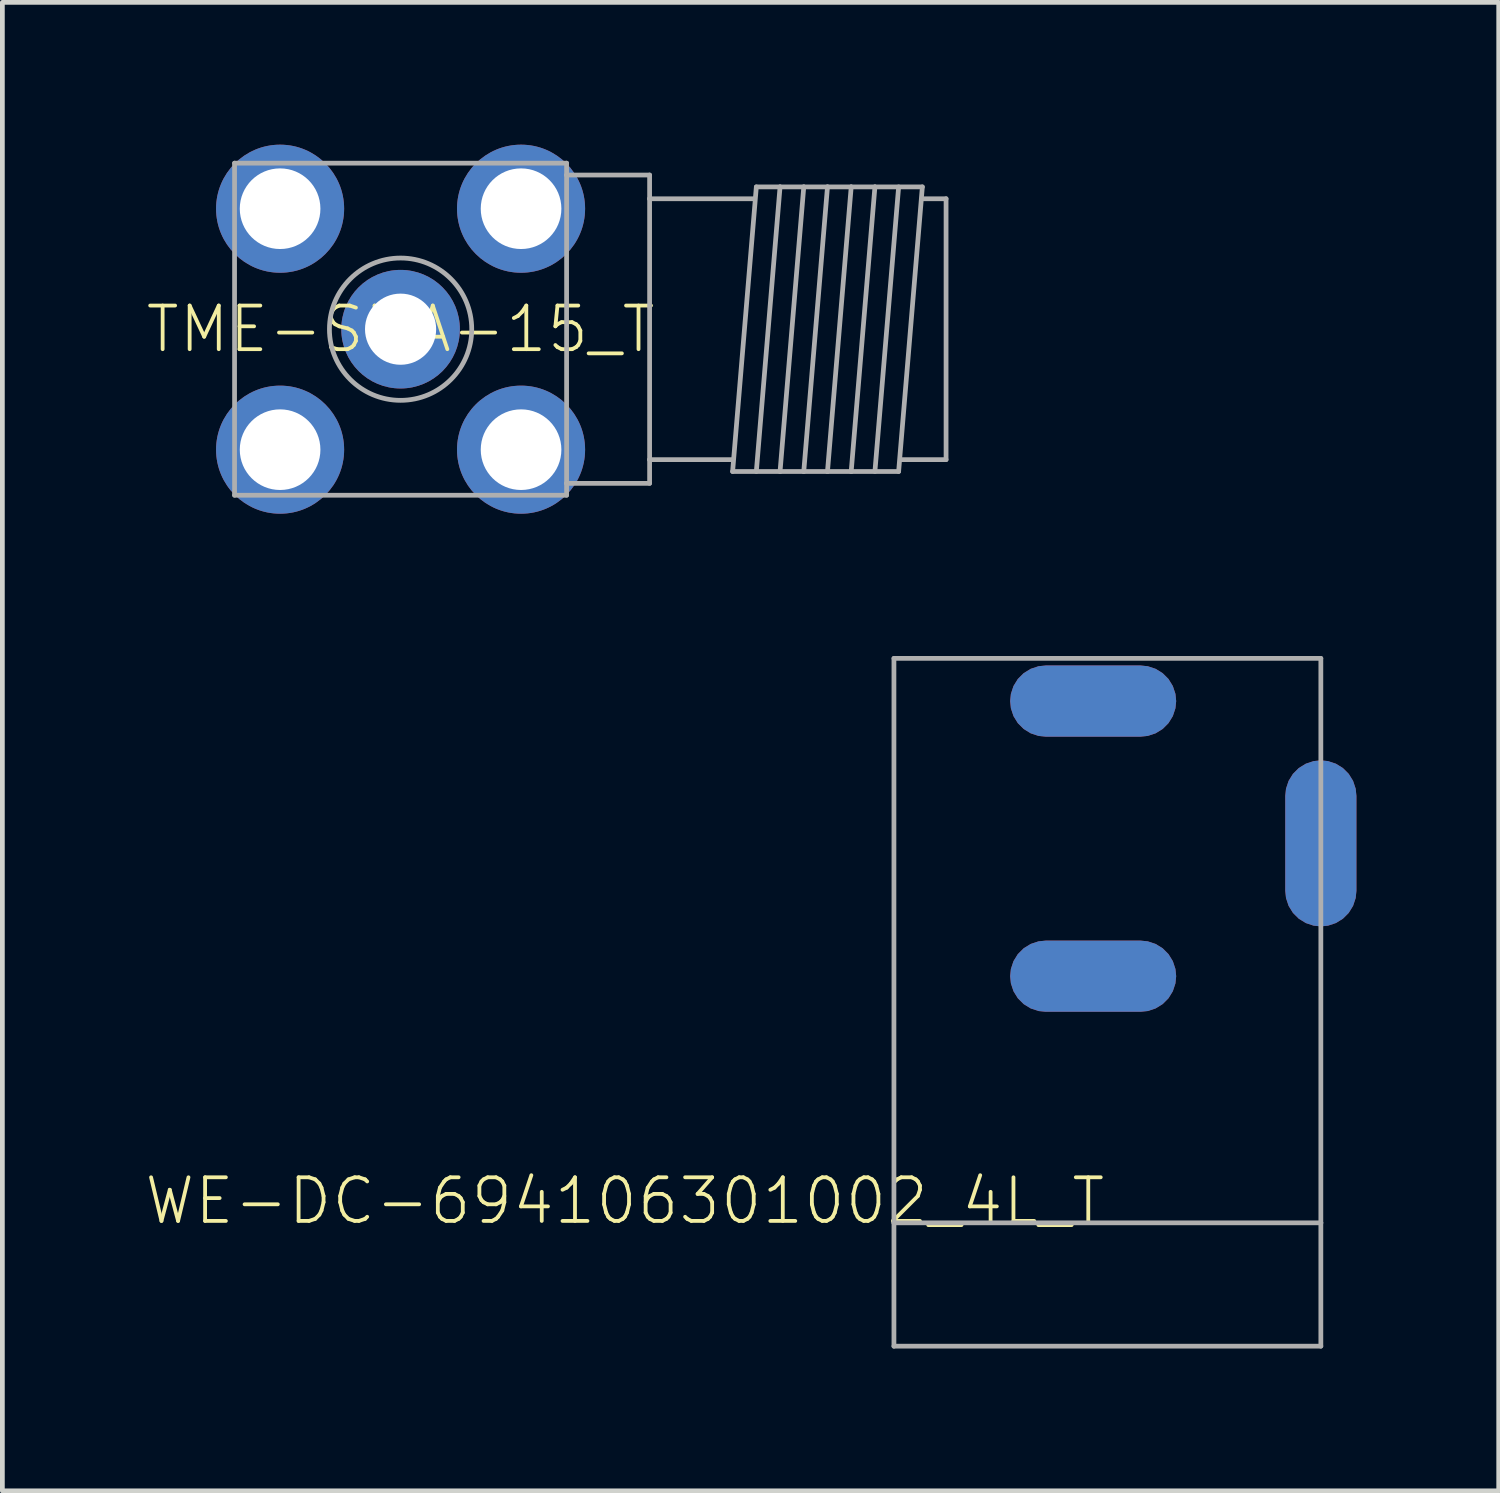
<source format=kicad_pcb>
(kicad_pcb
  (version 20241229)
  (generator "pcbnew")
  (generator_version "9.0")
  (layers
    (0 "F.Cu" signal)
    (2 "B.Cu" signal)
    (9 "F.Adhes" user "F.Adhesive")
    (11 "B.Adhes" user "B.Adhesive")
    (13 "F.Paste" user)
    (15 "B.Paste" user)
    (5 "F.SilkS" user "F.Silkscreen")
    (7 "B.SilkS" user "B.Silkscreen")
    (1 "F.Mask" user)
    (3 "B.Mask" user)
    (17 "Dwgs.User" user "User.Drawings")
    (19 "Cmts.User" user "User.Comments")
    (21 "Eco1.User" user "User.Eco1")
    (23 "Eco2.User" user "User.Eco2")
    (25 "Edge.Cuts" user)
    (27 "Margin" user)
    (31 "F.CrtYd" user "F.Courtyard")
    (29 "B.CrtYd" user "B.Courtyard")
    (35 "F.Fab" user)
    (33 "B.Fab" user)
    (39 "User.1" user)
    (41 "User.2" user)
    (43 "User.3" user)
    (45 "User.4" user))
  (footprint "TME-SMA-15_T"
    (layer "F.Cu")
    (at 5.395 3.89)
    (property "Reference" "TME-SMA-15_T" (at 0 0 0) (unlocked yes) (layer "F.SilkS") (effects (font (size 0.92 0.92) (thickness 0.08))))
    (fp_line (start -3.5 -3.5) (end -3.5 3.5) (stroke (width 0.1) (type solid)) (layer "F.Fab"))
    (fp_line (start -3.5 3.5) (end 3.5 3.5) (stroke (width 0.1) (type solid)) (layer "F.Fab"))
    (fp_line (start -3 -3) (end -3 -2) (stroke (width 0.1) (type solid)) (layer "F.Fab"))
    (fp_line (start -3 -2) (end -2 -2) (stroke (width 0.1) (type solid)) (layer "F.Fab"))
    (fp_line (start -3 2) (end -2 2) (stroke (width 0.1) (type solid)) (layer "F.Fab"))
    (fp_line (start -3 3) (end -3 2) (stroke (width 0.1) (type solid)) (layer "F.Fab"))
    (fp_line (start -2 -3) (end -3 -3) (stroke (width 0.1) (type solid)) (layer "F.Fab"))
    (fp_line (start -2 -2) (end -2 -3) (stroke (width 0.1) (type solid)) (layer "F.Fab"))
    (fp_line (start -2 2) (end -2 3) (stroke (width 0.1) (type solid)) (layer "F.Fab"))
    (fp_line (start -2 3) (end -3 3) (stroke (width 0.1) (type solid)) (layer "F.Fab"))
    (fp_line (start 2 -3) (end 2 -2) (stroke (width 0.1) (type solid)) (layer "F.Fab"))
    (fp_line (start 2 -2) (end 3 -2) (stroke (width 0.1) (type solid)) (layer "F.Fab"))
    (fp_line (start 2 2) (end 3 2) (stroke (width 0.1) (type solid)) (layer "F.Fab"))
    (fp_line (start 2 3) (end 2 2) (stroke (width 0.1) (type solid)) (layer "F.Fab"))
    (fp_line (start 3 -3) (end 2 -3) (stroke (width 0.1) (type solid)) (layer "F.Fab"))
    (fp_line (start 3 -2) (end 3 -3) (stroke (width 0.1) (type solid)) (layer "F.Fab"))
    (fp_line (start 3 2) (end 3 3) (stroke (width 0.1) (type solid)) (layer "F.Fab"))
    (fp_line (start 3 3) (end 2 3) (stroke (width 0.1) (type solid)) (layer "F.Fab"))
    (fp_line (start 3.5 -3.5) (end -3.5 -3.5) (stroke (width 0.1) (type solid)) (layer "F.Fab"))
    (fp_line (start 3.5 -3.25) (end 3.5 -3.5) (stroke (width 0.1) (type solid)) (layer "F.Fab"))
    (fp_line (start 3.5 -3.25) (end 5.25 -3.25) (stroke (width 0.1) (type solid)) (layer "F.Fab"))
    (fp_line (start 3.5 3.25) (end 3.5 -3.25) (stroke (width 0.1) (type solid)) (layer "F.Fab"))
    (fp_line (start 3.5 3.5) (end 3.5 3.25) (stroke (width 0.1) (type solid)) (layer "F.Fab"))
    (fp_line (start 5.25 -3.25) (end 5.25 -2.75) (stroke (width 0.1) (type solid)) (layer "F.Fab"))
    (fp_line (start 5.25 -2.75) (end 5.25 2.75) (stroke (width 0.1) (type solid)) (layer "F.Fab"))
    (fp_line (start 5.25 2.75) (end 5.25 3.25) (stroke (width 0.1) (type solid)) (layer "F.Fab"))
    (fp_line (start 5.25 3.25) (end 3.5 3.25) (stroke (width 0.1) (type solid)) (layer "F.Fab"))
    (fp_line (start 7 2.75) (end 5.25 2.75) (stroke (width 0.1) (type solid)) (layer "F.Fab"))
    (fp_line (start 7 3) (end 7.5 -3) (stroke (width 0.1) (type solid)) (layer "F.Fab"))
    (fp_line (start 7.45 -2.75) (end 5.25 -2.75) (stroke (width 0.1) (type solid)) (layer "F.Fab"))
    (fp_line (start 7.5 3) (end 8 -3) (stroke (width 0.1) (type solid)) (layer "F.Fab"))
    (fp_line (start 8 -3) (end 7.5 -3) (stroke (width 0.1) (type solid)) (layer "F.Fab"))
    (fp_line (start 8 -3) (end 8.5 -3) (stroke (width 0.1) (type solid)) (layer "F.Fab"))
    (fp_line (start 8 3) (end 7 3) (stroke (width 0.1) (type solid)) (layer "F.Fab"))
    (fp_line (start 8 3) (end 8.5 -3) (stroke (width 0.1) (type solid)) (layer "F.Fab"))
    (fp_line (start 8.5 -3) (end 9 -3) (stroke (width 0.1) (type solid)) (layer "F.Fab"))
    (fp_line (start 8.5 3) (end 8 3) (stroke (width 0.1) (type solid)) (layer "F.Fab"))
    (fp_line (start 8.5 3) (end 9 -3) (stroke (width 0.1) (type solid)) (layer "F.Fab"))
    (fp_line (start 9 -3) (end 9.5 -3) (stroke (width 0.1) (type solid)) (layer "F.Fab"))
    (fp_line (start 9 3) (end 8.5 3) (stroke (width 0.1) (type solid)) (layer "F.Fab"))
    (fp_line (start 9 3) (end 9.5 -3) (stroke (width 0.1) (type solid)) (layer "F.Fab"))
    (fp_line (start 9.5 -3) (end 10 -3) (stroke (width 0.1) (type solid)) (layer "F.Fab"))
    (fp_line (start 9.5 3) (end 9 3) (stroke (width 0.1) (type solid)) (layer "F.Fab"))
    (fp_line (start 9.5 3) (end 10 -3) (stroke (width 0.1) (type solid)) (layer "F.Fab"))
    (fp_line (start 9.5 3) (end 10.5 3) (stroke (width 0.1) (type solid)) (layer "F.Fab"))
    (fp_line (start 10 -3) (end 11 -3) (stroke (width 0.1) (type solid)) (layer "F.Fab"))
    (fp_line (start 10 3) (end 10.5 -3) (stroke (width 0.1) (type solid)) (layer "F.Fab"))
    (fp_line (start 10.5 3) (end 11 -3) (stroke (width 0.1) (type solid)) (layer "F.Fab"))
    (fp_line (start 10.55 2.75) (end 11.5 2.75) (stroke (width 0.1) (type solid)) (layer "F.Fab"))
    (fp_line (start 11 -2.75) (end 11.5 -2.75) (stroke (width 0.1) (type solid)) (layer "F.Fab"))
    (fp_line (start 11.5 -2.75) (end 11.5 2.75) (stroke (width 0.1) (type solid)) (layer "F.Fab"))
    (fp_circle (center 0 0) (end 1.5 0) (stroke (width 0.1) (type solid)) (fill no) (layer "F.Fab"))
    (pad "0" thru_hole circle (at 0 0) (size 2.5 2.5) (drill 1.5) (layers "*.Cu" "*.Mask"))
    (pad "1" thru_hole circle (at -2.54 -2.54) (size 2.7 2.7) (drill 1.7) (layers "*.Cu" "*.Mask"))
    (pad "2" thru_hole circle (at 2.54 -2.54) (size 2.7 2.7) (drill 1.7) (layers "*.Cu" "*.Mask"))
    (pad "3" thru_hole circle (at 2.54 2.54) (size 2.7 2.7) (drill 1.7) (layers "*.Cu" "*.Mask"))
    (pad "4" thru_hole circle (at -2.54 2.54) (size 2.7 2.7) (drill 1.7) (layers "*.Cu" "*.Mask")))
  (footprint "WE-DC-694106301002_4L_T"
    (layer "F.Cu")
    (at 24.796 14.73)
    (property "Reference" "WE-DC-694106301002_4L_T" (at -4.5 7 0) (unlocked yes) (layer "F.SilkS") (effects (font (size 0.92 0.92) (thickness 0.08)) (justify right top)))
    (fp_poly (pts (xy -3.606 -3.725) (xy -3.425 -3.65) (xy -3.269 -3.531) (xy -3.15 -3.375) (xy -3.075 -3.194) (xy -3.049 -3) (xy -3.075 -2.806) (xy -3.15 -2.625) (xy -3.269 -2.469) (xy -3.425 -2.35) (xy -3.606 -2.275) (xy -3.793 -2.25) (xy -5.813 -2.25) (xy -6.17 -2.346) (xy -6.331 -2.469) (xy -6.45 -2.625) (xy -6.525 -2.806) (xy -6.551 -3) (xy -6.525 -3.194) (xy -6.45 -3.375) (xy -6.331 -3.531) (xy -6.175 -3.65) (xy -5.994 -3.725) (xy -5.807 -3.75) (xy -3.793 -3.75)) (stroke (width 0) (type default)) (fill yes) (layer "In1.Cu"))
    (fp_poly (pts (xy -3.606 2.075) (xy -3.425 2.15) (xy -3.269 2.269) (xy -3.15 2.425) (xy -3.075 2.606) (xy -3.049 2.8) (xy -3.075 2.994) (xy -3.15 3.175) (xy -3.269 3.331) (xy -3.425 3.45) (xy -3.606 3.525) (xy -3.793 3.55) (xy -5.813 3.55) (xy -6.17 3.454) (xy -6.331 3.331) (xy -6.45 3.175) (xy -6.525 2.994) (xy -6.551 2.8) (xy -6.525 2.606) (xy -6.45 2.425) (xy -6.331 2.269) (xy -6.175 2.15) (xy -5.994 2.075) (xy -5.807 2.05) (xy -3.793 2.05)) (stroke (width 0) (type default)) (fill yes) (layer "In1.Cu"))
    (fp_poly (pts (xy 0.194 -1.725) (xy 0.375 -1.65) (xy 0.531 -1.531) (xy 0.65 -1.375) (xy 0.725 -1.194) (xy 0.75 -1.007) (xy 0.75 1.007) (xy 0.725 1.194) (xy 0.65 1.375) (xy 0.531 1.531) (xy 0.375 1.65) (xy 0.194 1.725) (xy -0.007 1.752) (xy -0.37 1.654) (xy -0.531 1.531) (xy -0.65 1.375) (xy -0.725 1.194) (xy -0.75 1.007) (xy -0.75 -1.007) (xy -0.725 -1.194) (xy -0.65 -1.375) (xy -0.531 -1.531) (xy -0.375 -1.65) (xy -0.194 -1.725) (xy 0 -1.751)) (stroke (width 0) (type default)) (fill yes) (layer "In1.Cu"))
    (fp_poly (pts (xy -3.606 -3.725) (xy -3.425 -3.65) (xy -3.269 -3.531) (xy -3.15 -3.375) (xy -3.075 -3.194) (xy -3.049 -3) (xy -3.075 -2.806) (xy -3.15 -2.625) (xy -3.269 -2.469) (xy -3.425 -2.35) (xy -3.606 -2.275) (xy -3.793 -2.25) (xy -5.813 -2.25) (xy -6.17 -2.346) (xy -6.331 -2.469) (xy -6.45 -2.625) (xy -6.525 -2.806) (xy -6.551 -3) (xy -6.525 -3.194) (xy -6.45 -3.375) (xy -6.331 -3.531) (xy -6.175 -3.65) (xy -5.994 -3.725) (xy -5.807 -3.75) (xy -3.793 -3.75)) (stroke (width 0) (type default)) (fill yes) (layer "In14.Cu"))
    (fp_poly (pts (xy -3.606 2.075) (xy -3.425 2.15) (xy -3.269 2.269) (xy -3.15 2.425) (xy -3.075 2.606) (xy -3.049 2.8) (xy -3.075 2.994) (xy -3.15 3.175) (xy -3.269 3.331) (xy -3.425 3.45) (xy -3.606 3.525) (xy -3.793 3.55) (xy -5.813 3.55) (xy -6.17 3.454) (xy -6.331 3.331) (xy -6.45 3.175) (xy -6.525 2.994) (xy -6.551 2.8) (xy -6.525 2.606) (xy -6.45 2.425) (xy -6.331 2.269) (xy -6.175 2.15) (xy -5.994 2.075) (xy -5.807 2.05) (xy -3.793 2.05)) (stroke (width 0) (type default)) (fill yes) (layer "In14.Cu"))
    (fp_poly (pts (xy 0.194 -1.725) (xy 0.375 -1.65) (xy 0.531 -1.531) (xy 0.65 -1.375) (xy 0.725 -1.194) (xy 0.75 -1.007) (xy 0.75 1.007) (xy 0.725 1.194) (xy 0.65 1.375) (xy 0.531 1.531) (xy 0.375 1.65) (xy 0.194 1.725) (xy -0.007 1.752) (xy -0.37 1.654) (xy -0.531 1.531) (xy -0.65 1.375) (xy -0.725 1.194) (xy -0.75 1.007) (xy -0.75 -1.007) (xy -0.725 -1.194) (xy -0.65 -1.375) (xy -0.531 -1.531) (xy -0.375 -1.65) (xy -0.194 -1.725) (xy 0 -1.751)) (stroke (width 0) (type default)) (fill yes) (layer "In14.Cu"))
    (fp_line (start -9 -3.9) (end -9 8) (stroke (width 0.1) (type solid)) (layer "F.Fab"))
    (fp_line (start -9 8) (end -9 10.6) (stroke (width 0.1) (type solid)) (layer "F.Fab"))
    (fp_line (start -9 10.6) (end 0 10.6) (stroke (width 0.1) (type solid)) (layer "F.Fab"))
    (fp_line (start 0 -3.9) (end -9 -3.9) (stroke (width 0.1) (type solid)) (layer "F.Fab"))
    (fp_line (start 0 8) (end -9 8) (stroke (width 0.1) (type solid)) (layer "F.Fab"))
    (fp_line (start 0 8) (end 0 -3.9) (stroke (width 0.1) (type solid)) (layer "F.Fab"))
    (fp_line (start 0 10.6) (end 0 8) (stroke (width 0.1) (type solid)) (layer "F.Fab"))
    (pad "1A" smd roundrect (at -4.8 -3 180) (size 3.5 1.5) (layers "F.Cu" "F.Mask") (roundrect_rratio 0.5))
    (pad "1B" smd roundrect (at -4.8 -3) (size 3.5 1.5) (layers "B.Cu" "B.Mask") (roundrect_rratio 0.5))
    (pad "2A" smd roundrect (at -4.8 2.8 180) (size 3.5 1.5) (layers "F.Cu" "F.Mask") (roundrect_rratio 0.5))
    (pad "2B" smd roundrect (at -4.8 2.8) (size 3.5 1.5) (layers "B.Cu" "B.Mask") (roundrect_rratio 0.5))
    (pad "3A" smd roundrect (at 0 0 90) (size 3.5 1.5) (layers "F.Cu" "F.Mask") (roundrect_rratio 0.5))
    (pad "3B" smd roundrect (at 0 0 270) (size 3.5 1.5) (layers "B.Cu" "B.Mask") (roundrect_rratio 0.5)))
  (gr_rect
    (start -3 -3)
    (end 28.546 28.38)
    (stroke (width 0.1) (type default))
    (fill no)
    (layer "Edge.Cuts")))
</source>
